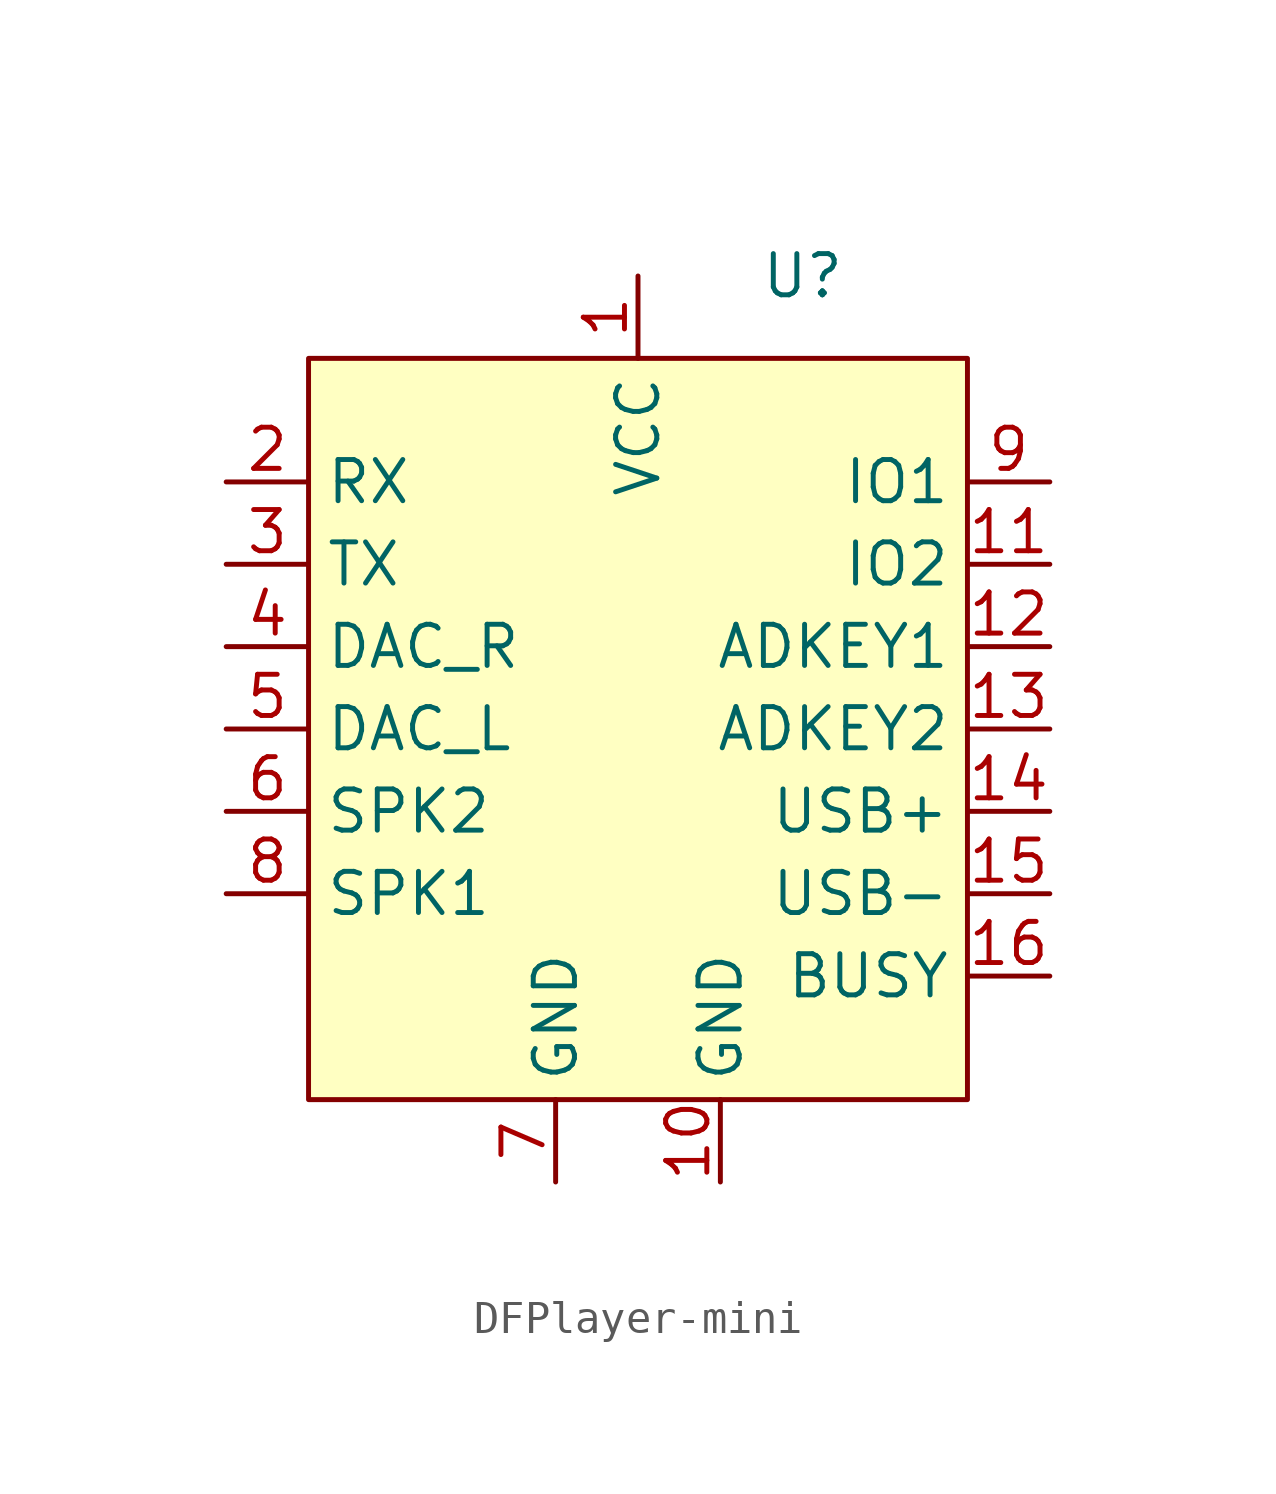
<source format=kicad_sym>
(kicad_symbol_lib
  (version 20220914)
  (generator kicad_symbol_editor)
  (symbol "DFPlayer-mini"
    (property "Reference" "U"
      (at 15.24 2.54 0)
      (effects (font (size 1.27 1.27))))
    (property "Value" ""
      (at 0 3.81 0)
      (effects (font (size 1.27 1.27))))
    (symbol "DFPlayer-mini_1_1"
      (rectangle (start 0 0) (end 20.32 -22.86) (stroke (width 0) (type default)) (fill (type background)))
      (pin power_in line (at 10.16 2.54 270) (length 2.54) (name "VCC" (effects (font (size 1.27 1.27)))) (number "1" (effects (font (size 1.27 1.27)))))
      (pin power_in line (at 12.7 -25.4 90) (length 2.54) (name "GND" (effects (font (size 1.27 1.27)))) (number "10" (effects (font (size 1.27 1.27)))))
      (pin input line (at 22.86 -6.35 180) (length 2.54) (name "IO2" (effects (font (size 1.27 1.27)))) (number "11" (effects (font (size 1.27 1.27)))))
      (pin input line (at 22.86 -8.89 180) (length 2.54) (name "ADKEY1" (effects (font (size 1.27 1.27)))) (number "12" (effects (font (size 1.27 1.27)))))
      (pin input line (at 22.86 -11.43 180) (length 2.54) (name "ADKEY2" (effects (font (size 1.27 1.27)))) (number "13" (effects (font (size 1.27 1.27)))))
      (pin bidirectional line (at 22.86 -13.97 180) (length 2.54) (name "USB+" (effects (font (size 1.27 1.27)))) (number "14" (effects (font (size 1.27 1.27)))))
      (pin bidirectional line (at 22.86 -16.51 180) (length 2.54) (name "USB-" (effects (font (size 1.27 1.27)))) (number "15" (effects (font (size 1.27 1.27)))))
      (pin output line (at 22.86 -19.05 180) (length 2.54) (name "BUSY" (effects (font (size 1.27 1.27)))) (number "16" (effects (font (size 1.27 1.27)))))
      (pin input line (at -2.54 -3.81 0) (length 2.54) (name "RX" (effects (font (size 1.27 1.27)))) (number "2" (effects (font (size 1.27 1.27)))))
      (pin output line (at -2.54 -6.35 0) (length 2.54) (name "TX" (effects (font (size 1.27 1.27)))) (number "3" (effects (font (size 1.27 1.27)))))
      (pin output line (at -2.54 -8.89 0) (length 2.54) (name "DAC_R" (effects (font (size 1.27 1.27)))) (number "4" (effects (font (size 1.27 1.27)))))
      (pin output line (at -2.54 -11.43 0) (length 2.54) (name "DAC_L" (effects (font (size 1.27 1.27)))) (number "5" (effects (font (size 1.27 1.27)))))
      (pin output line (at -2.54 -13.97 0) (length 2.54) (name "SPK2" (effects (font (size 1.27 1.27)))) (number "6" (effects (font (size 1.27 1.27)))))
      (pin power_in line (at 7.62 -25.4 90) (length 2.54) (name "GND" (effects (font (size 1.27 1.27)))) (number "7" (effects (font (size 1.27 1.27)))))
      (pin output line (at -2.54 -16.51 0) (length 2.54) (name "SPK1" (effects (font (size 1.27 1.27)))) (number "8" (effects (font (size 1.27 1.27)))))
      (pin input line (at 22.86 -3.81 180) (length 2.54) (name "IO1" (effects (font (size 1.27 1.27)))) (number "9" (effects (font (size 1.27 1.27))))))))
</source>
